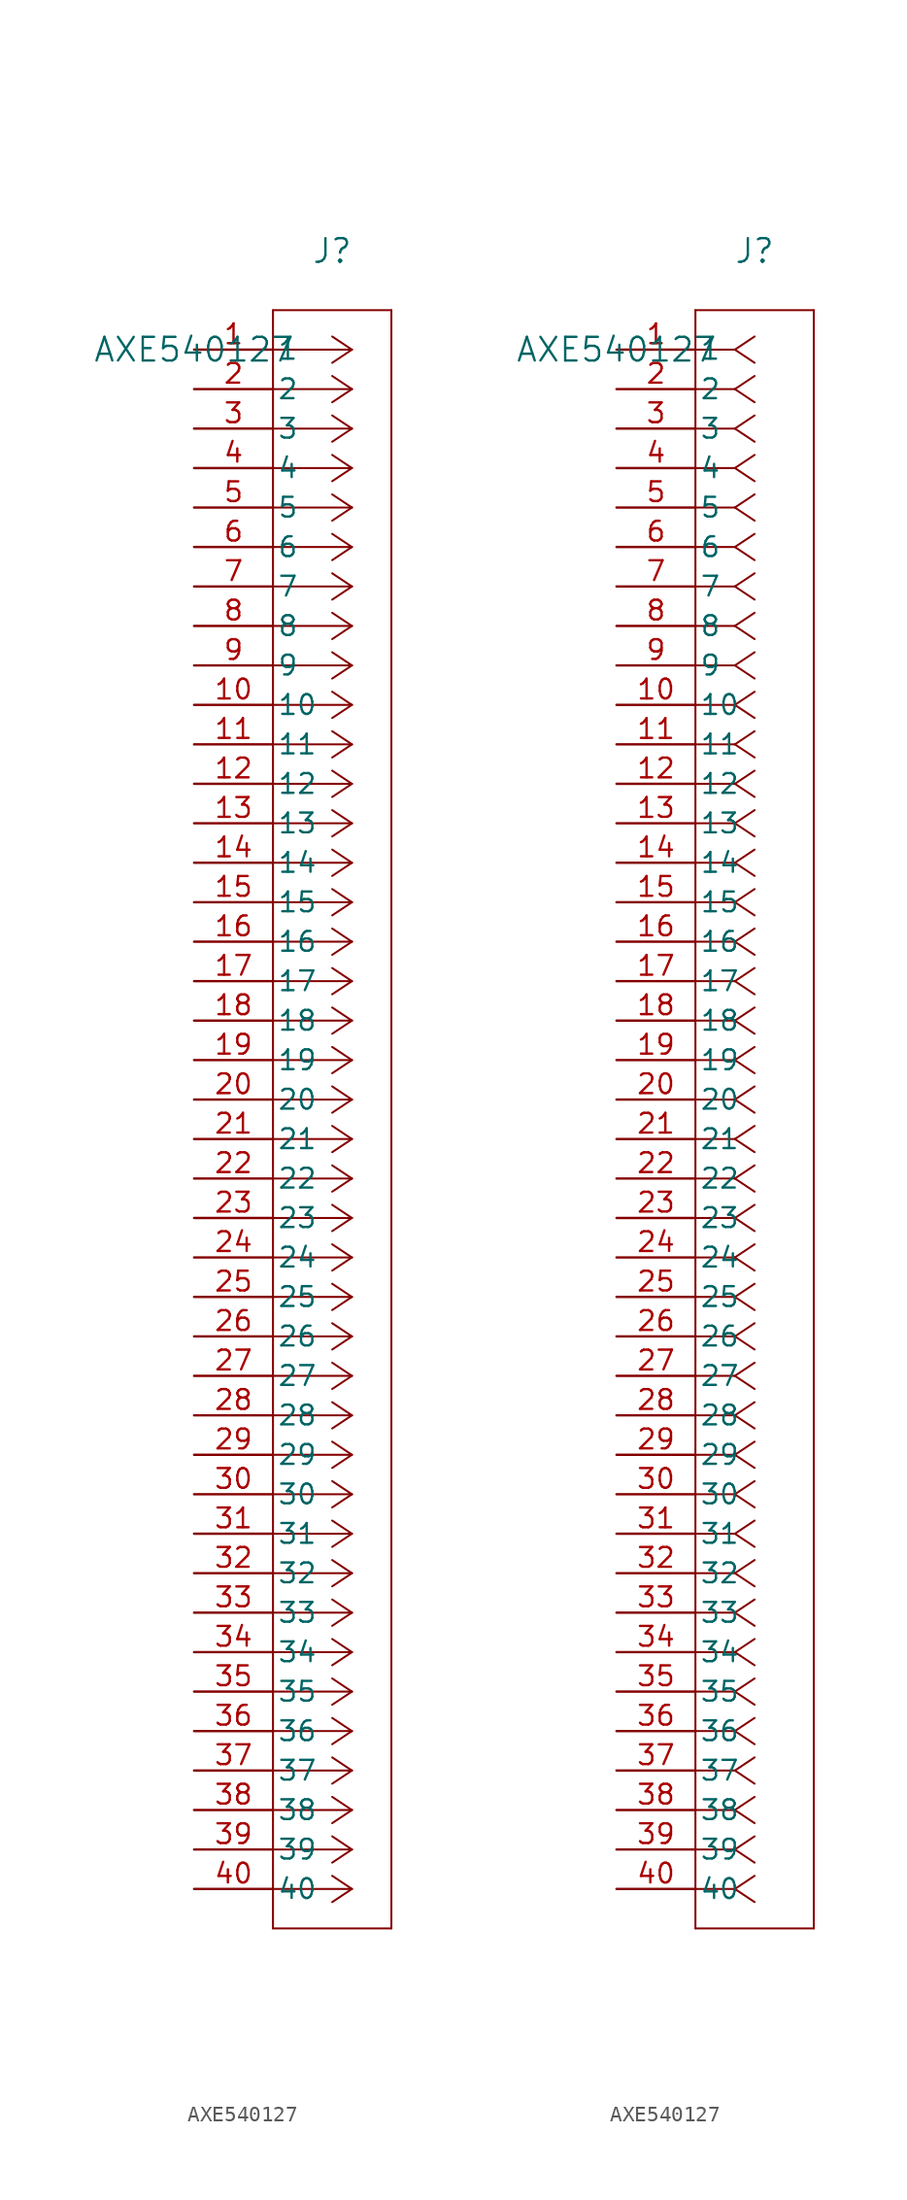
<source format=kicad_sym>
(kicad_symbol_lib
  (version 20211014)
  (generator kicad_symbol_editor)
  (symbol "AXE540127"
    (pin_names
      (offset 0.254))
    (property "Reference" "J"
      (at 8.89 6.35 0)
      (effects (font (size 1.524 1.524))))
    (property "Value" "AXE540127"
      (at 0 0 0)
      (effects (font (size 1.524 1.524))))
    (symbol "AXE540127_1_1"
      (polyline (pts (xy 10.16 0) (xy 5.08 0)) (stroke (width 0.127) (type default) (color 0 0 0 0)) (fill (type none)))
      (polyline (pts (xy 10.16 -2.54) (xy 5.08 -2.54)) (stroke (width 0.127) (type default) (color 0 0 0 0)) (fill (type none)))
      (polyline (pts (xy 10.16 -5.08) (xy 5.08 -5.08)) (stroke (width 0.127) (type default) (color 0 0 0 0)) (fill (type none)))
      (polyline (pts (xy 10.16 -7.62) (xy 5.08 -7.62)) (stroke (width 0.127) (type default) (color 0 0 0 0)) (fill (type none)))
      (polyline (pts (xy 10.16 -10.16) (xy 5.08 -10.16)) (stroke (width 0.127) (type default) (color 0 0 0 0)) (fill (type none)))
      (polyline (pts (xy 10.16 -12.7) (xy 5.08 -12.7)) (stroke (width 0.127) (type default) (color 0 0 0 0)) (fill (type none)))
      (polyline (pts (xy 10.16 -15.24) (xy 5.08 -15.24)) (stroke (width 0.127) (type default) (color 0 0 0 0)) (fill (type none)))
      (polyline (pts (xy 10.16 -17.78) (xy 5.08 -17.78)) (stroke (width 0.127) (type default) (color 0 0 0 0)) (fill (type none)))
      (polyline (pts (xy 10.16 -20.32) (xy 5.08 -20.32)) (stroke (width 0.127) (type default) (color 0 0 0 0)) (fill (type none)))
      (polyline (pts (xy 10.16 -22.86) (xy 5.08 -22.86)) (stroke (width 0.127) (type default) (color 0 0 0 0)) (fill (type none)))
      (polyline (pts (xy 10.16 -25.4) (xy 5.08 -25.4)) (stroke (width 0.127) (type default) (color 0 0 0 0)) (fill (type none)))
      (polyline (pts (xy 10.16 -27.94) (xy 5.08 -27.94)) (stroke (width 0.127) (type default) (color 0 0 0 0)) (fill (type none)))
      (polyline (pts (xy 10.16 -30.48) (xy 5.08 -30.48)) (stroke (width 0.127) (type default) (color 0 0 0 0)) (fill (type none)))
      (polyline (pts (xy 10.16 -33.02) (xy 5.08 -33.02)) (stroke (width 0.127) (type default) (color 0 0 0 0)) (fill (type none)))
      (polyline (pts (xy 10.16 -35.56) (xy 5.08 -35.56)) (stroke (width 0.127) (type default) (color 0 0 0 0)) (fill (type none)))
      (polyline (pts (xy 10.16 -38.1) (xy 5.08 -38.1)) (stroke (width 0.127) (type default) (color 0 0 0 0)) (fill (type none)))
      (polyline (pts (xy 10.16 -40.64) (xy 5.08 -40.64)) (stroke (width 0.127) (type default) (color 0 0 0 0)) (fill (type none)))
      (polyline (pts (xy 10.16 -43.18) (xy 5.08 -43.18)) (stroke (width 0.127) (type default) (color 0 0 0 0)) (fill (type none)))
      (polyline (pts (xy 10.16 -45.72) (xy 5.08 -45.72)) (stroke (width 0.127) (type default) (color 0 0 0 0)) (fill (type none)))
      (polyline (pts (xy 10.16 -48.26) (xy 5.08 -48.26)) (stroke (width 0.127) (type default) (color 0 0 0 0)) (fill (type none)))
      (polyline (pts (xy 10.16 -50.8) (xy 5.08 -50.8)) (stroke (width 0.127) (type default) (color 0 0 0 0)) (fill (type none)))
      (polyline (pts (xy 10.16 -53.34) (xy 5.08 -53.34)) (stroke (width 0.127) (type default) (color 0 0 0 0)) (fill (type none)))
      (polyline (pts (xy 10.16 -55.88) (xy 5.08 -55.88)) (stroke (width 0.127) (type default) (color 0 0 0 0)) (fill (type none)))
      (polyline (pts (xy 10.16 -58.42) (xy 5.08 -58.42)) (stroke (width 0.127) (type default) (color 0 0 0 0)) (fill (type none)))
      (polyline (pts (xy 10.16 -60.96) (xy 5.08 -60.96)) (stroke (width 0.127) (type default) (color 0 0 0 0)) (fill (type none)))
      (polyline (pts (xy 10.16 -63.5) (xy 5.08 -63.5)) (stroke (width 0.127) (type default) (color 0 0 0 0)) (fill (type none)))
      (polyline (pts (xy 10.16 -66.04) (xy 5.08 -66.04)) (stroke (width 0.127) (type default) (color 0 0 0 0)) (fill (type none)))
      (polyline (pts (xy 10.16 -68.58) (xy 5.08 -68.58)) (stroke (width 0.127) (type default) (color 0 0 0 0)) (fill (type none)))
      (polyline (pts (xy 10.16 -71.12) (xy 5.08 -71.12)) (stroke (width 0.127) (type default) (color 0 0 0 0)) (fill (type none)))
      (polyline (pts (xy 10.16 -73.66) (xy 5.08 -73.66)) (stroke (width 0.127) (type default) (color 0 0 0 0)) (fill (type none)))
      (polyline (pts (xy 10.16 -76.2) (xy 5.08 -76.2)) (stroke (width 0.127) (type default) (color 0 0 0 0)) (fill (type none)))
      (polyline (pts (xy 10.16 -78.74) (xy 5.08 -78.74)) (stroke (width 0.127) (type default) (color 0 0 0 0)) (fill (type none)))
      (polyline (pts (xy 10.16 -81.28) (xy 5.08 -81.28)) (stroke (width 0.127) (type default) (color 0 0 0 0)) (fill (type none)))
      (polyline (pts (xy 10.16 -83.82) (xy 5.08 -83.82)) (stroke (width 0.127) (type default) (color 0 0 0 0)) (fill (type none)))
      (polyline (pts (xy 10.16 -86.36) (xy 5.08 -86.36)) (stroke (width 0.127) (type default) (color 0 0 0 0)) (fill (type none)))
      (polyline (pts (xy 10.16 -88.9) (xy 5.08 -88.9)) (stroke (width 0.127) (type default) (color 0 0 0 0)) (fill (type none)))
      (polyline (pts (xy 10.16 -91.44) (xy 5.08 -91.44)) (stroke (width 0.127) (type default) (color 0 0 0 0)) (fill (type none)))
      (polyline (pts (xy 10.16 -93.98) (xy 5.08 -93.98)) (stroke (width 0.127) (type default) (color 0 0 0 0)) (fill (type none)))
      (polyline (pts (xy 10.16 -96.52) (xy 5.08 -96.52)) (stroke (width 0.127) (type default) (color 0 0 0 0)) (fill (type none)))
      (polyline (pts (xy 10.16 -99.06) (xy 5.08 -99.06)) (stroke (width 0.127) (type default) (color 0 0 0 0)) (fill (type none)))
      (polyline (pts (xy 10.16 0) (xy 8.89 0.847)) (stroke (width 0.127) (type default) (color 0 0 0 0)) (fill (type none)))
      (polyline (pts (xy 10.16 -2.54) (xy 8.89 -1.693)) (stroke (width 0.127) (type default) (color 0 0 0 0)) (fill (type none)))
      (polyline (pts (xy 10.16 -5.08) (xy 8.89 -4.233)) (stroke (width 0.127) (type default) (color 0 0 0 0)) (fill (type none)))
      (polyline (pts (xy 10.16 -7.62) (xy 8.89 -6.773)) (stroke (width 0.127) (type default) (color 0 0 0 0)) (fill (type none)))
      (polyline (pts (xy 10.16 -10.16) (xy 8.89 -9.313)) (stroke (width 0.127) (type default) (color 0 0 0 0)) (fill (type none)))
      (polyline (pts (xy 10.16 -12.7) (xy 8.89 -11.853)) (stroke (width 0.127) (type default) (color 0 0 0 0)) (fill (type none)))
      (polyline (pts (xy 10.16 -15.24) (xy 8.89 -14.393)) (stroke (width 0.127) (type default) (color 0 0 0 0)) (fill (type none)))
      (polyline (pts (xy 10.16 -17.78) (xy 8.89 -16.933)) (stroke (width 0.127) (type default) (color 0 0 0 0)) (fill (type none)))
      (polyline (pts (xy 10.16 -20.32) (xy 8.89 -19.473)) (stroke (width 0.127) (type default) (color 0 0 0 0)) (fill (type none)))
      (polyline (pts (xy 10.16 -22.86) (xy 8.89 -22.013)) (stroke (width 0.127) (type default) (color 0 0 0 0)) (fill (type none)))
      (polyline (pts (xy 10.16 -25.4) (xy 8.89 -24.553)) (stroke (width 0.127) (type default) (color 0 0 0 0)) (fill (type none)))
      (polyline (pts (xy 10.16 -27.94) (xy 8.89 -27.093)) (stroke (width 0.127) (type default) (color 0 0 0 0)) (fill (type none)))
      (polyline (pts (xy 10.16 -30.48) (xy 8.89 -29.633)) (stroke (width 0.127) (type default) (color 0 0 0 0)) (fill (type none)))
      (polyline (pts (xy 10.16 -33.02) (xy 8.89 -32.173)) (stroke (width 0.127) (type default) (color 0 0 0 0)) (fill (type none)))
      (polyline (pts (xy 10.16 -35.56) (xy 8.89 -34.713)) (stroke (width 0.127) (type default) (color 0 0 0 0)) (fill (type none)))
      (polyline (pts (xy 10.16 -38.1) (xy 8.89 -37.253)) (stroke (width 0.127) (type default) (color 0 0 0 0)) (fill (type none)))
      (polyline (pts (xy 10.16 -40.64) (xy 8.89 -39.793)) (stroke (width 0.127) (type default) (color 0 0 0 0)) (fill (type none)))
      (polyline (pts (xy 10.16 -43.18) (xy 8.89 -42.333)) (stroke (width 0.127) (type default) (color 0 0 0 0)) (fill (type none)))
      (polyline (pts (xy 10.16 -45.72) (xy 8.89 -44.873)) (stroke (width 0.127) (type default) (color 0 0 0 0)) (fill (type none)))
      (polyline (pts (xy 10.16 -48.26) (xy 8.89 -47.413)) (stroke (width 0.127) (type default) (color 0 0 0 0)) (fill (type none)))
      (polyline (pts (xy 10.16 -50.8) (xy 8.89 -49.953)) (stroke (width 0.127) (type default) (color 0 0 0 0)) (fill (type none)))
      (polyline (pts (xy 10.16 -53.34) (xy 8.89 -52.493)) (stroke (width 0.127) (type default) (color 0 0 0 0)) (fill (type none)))
      (polyline (pts (xy 10.16 -55.88) (xy 8.89 -55.033)) (stroke (width 0.127) (type default) (color 0 0 0 0)) (fill (type none)))
      (polyline (pts (xy 10.16 -58.42) (xy 8.89 -57.573)) (stroke (width 0.127) (type default) (color 0 0 0 0)) (fill (type none)))
      (polyline (pts (xy 10.16 -60.96) (xy 8.89 -60.113)) (stroke (width 0.127) (type default) (color 0 0 0 0)) (fill (type none)))
      (polyline (pts (xy 10.16 -63.5) (xy 8.89 -62.653)) (stroke (width 0.127) (type default) (color 0 0 0 0)) (fill (type none)))
      (polyline (pts (xy 10.16 -66.04) (xy 8.89 -65.193)) (stroke (width 0.127) (type default) (color 0 0 0 0)) (fill (type none)))
      (polyline (pts (xy 10.16 -68.58) (xy 8.89 -67.733)) (stroke (width 0.127) (type default) (color 0 0 0 0)) (fill (type none)))
      (polyline (pts (xy 10.16 -71.12) (xy 8.89 -70.273)) (stroke (width 0.127) (type default) (color 0 0 0 0)) (fill (type none)))
      (polyline (pts (xy 10.16 -73.66) (xy 8.89 -72.813)) (stroke (width 0.127) (type default) (color 0 0 0 0)) (fill (type none)))
      (polyline (pts (xy 10.16 -76.2) (xy 8.89 -75.353)) (stroke (width 0.127) (type default) (color 0 0 0 0)) (fill (type none)))
      (polyline (pts (xy 10.16 -78.74) (xy 8.89 -77.893)) (stroke (width 0.127) (type default) (color 0 0 0 0)) (fill (type none)))
      (polyline (pts (xy 10.16 -81.28) (xy 8.89 -80.433)) (stroke (width 0.127) (type default) (color 0 0 0 0)) (fill (type none)))
      (polyline (pts (xy 10.16 -83.82) (xy 8.89 -82.973)) (stroke (width 0.127) (type default) (color 0 0 0 0)) (fill (type none)))
      (polyline (pts (xy 10.16 -86.36) (xy 8.89 -85.513)) (stroke (width 0.127) (type default) (color 0 0 0 0)) (fill (type none)))
      (polyline (pts (xy 10.16 -88.9) (xy 8.89 -88.053)) (stroke (width 0.127) (type default) (color 0 0 0 0)) (fill (type none)))
      (polyline (pts (xy 10.16 -91.44) (xy 8.89 -90.593)) (stroke (width 0.127) (type default) (color 0 0 0 0)) (fill (type none)))
      (polyline (pts (xy 10.16 -93.98) (xy 8.89 -93.133)) (stroke (width 0.127) (type default) (color 0 0 0 0)) (fill (type none)))
      (polyline (pts (xy 10.16 -96.52) (xy 8.89 -95.673)) (stroke (width 0.127) (type default) (color 0 0 0 0)) (fill (type none)))
      (polyline (pts (xy 10.16 -99.06) (xy 8.89 -98.213)) (stroke (width 0.127) (type default) (color 0 0 0 0)) (fill (type none)))
      (polyline (pts (xy 10.16 0) (xy 8.89 -0.847)) (stroke (width 0.127) (type default) (color 0 0 0 0)) (fill (type none)))
      (polyline (pts (xy 10.16 -2.54) (xy 8.89 -3.387)) (stroke (width 0.127) (type default) (color 0 0 0 0)) (fill (type none)))
      (polyline (pts (xy 10.16 -5.08) (xy 8.89 -5.927)) (stroke (width 0.127) (type default) (color 0 0 0 0)) (fill (type none)))
      (polyline (pts (xy 10.16 -7.62) (xy 8.89 -8.467)) (stroke (width 0.127) (type default) (color 0 0 0 0)) (fill (type none)))
      (polyline (pts (xy 10.16 -10.16) (xy 8.89 -11.007)) (stroke (width 0.127) (type default) (color 0 0 0 0)) (fill (type none)))
      (polyline (pts (xy 10.16 -12.7) (xy 8.89 -13.547)) (stroke (width 0.127) (type default) (color 0 0 0 0)) (fill (type none)))
      (polyline (pts (xy 10.16 -15.24) (xy 8.89 -16.087)) (stroke (width 0.127) (type default) (color 0 0 0 0)) (fill (type none)))
      (polyline (pts (xy 10.16 -17.78) (xy 8.89 -18.627)) (stroke (width 0.127) (type default) (color 0 0 0 0)) (fill (type none)))
      (polyline (pts (xy 10.16 -20.32) (xy 8.89 -21.167)) (stroke (width 0.127) (type default) (color 0 0 0 0)) (fill (type none)))
      (polyline (pts (xy 10.16 -22.86) (xy 8.89 -23.707)) (stroke (width 0.127) (type default) (color 0 0 0 0)) (fill (type none)))
      (polyline (pts (xy 10.16 -25.4) (xy 8.89 -26.247)) (stroke (width 0.127) (type default) (color 0 0 0 0)) (fill (type none)))
      (polyline (pts (xy 10.16 -27.94) (xy 8.89 -28.787)) (stroke (width 0.127) (type default) (color 0 0 0 0)) (fill (type none)))
      (polyline (pts (xy 10.16 -30.48) (xy 8.89 -31.327)) (stroke (width 0.127) (type default) (color 0 0 0 0)) (fill (type none)))
      (polyline (pts (xy 10.16 -33.02) (xy 8.89 -33.867)) (stroke (width 0.127) (type default) (color 0 0 0 0)) (fill (type none)))
      (polyline (pts (xy 10.16 -35.56) (xy 8.89 -36.407)) (stroke (width 0.127) (type default) (color 0 0 0 0)) (fill (type none)))
      (polyline (pts (xy 10.16 -38.1) (xy 8.89 -38.947)) (stroke (width 0.127) (type default) (color 0 0 0 0)) (fill (type none)))
      (polyline (pts (xy 10.16 -40.64) (xy 8.89 -41.487)) (stroke (width 0.127) (type default) (color 0 0 0 0)) (fill (type none)))
      (polyline (pts (xy 10.16 -43.18) (xy 8.89 -44.027)) (stroke (width 0.127) (type default) (color 0 0 0 0)) (fill (type none)))
      (polyline (pts (xy 10.16 -45.72) (xy 8.89 -46.567)) (stroke (width 0.127) (type default) (color 0 0 0 0)) (fill (type none)))
      (polyline (pts (xy 10.16 -48.26) (xy 8.89 -49.107)) (stroke (width 0.127) (type default) (color 0 0 0 0)) (fill (type none)))
      (polyline (pts (xy 10.16 -50.8) (xy 8.89 -51.647)) (stroke (width 0.127) (type default) (color 0 0 0 0)) (fill (type none)))
      (polyline (pts (xy 10.16 -53.34) (xy 8.89 -54.187)) (stroke (width 0.127) (type default) (color 0 0 0 0)) (fill (type none)))
      (polyline (pts (xy 10.16 -55.88) (xy 8.89 -56.727)) (stroke (width 0.127) (type default) (color 0 0 0 0)) (fill (type none)))
      (polyline (pts (xy 10.16 -58.42) (xy 8.89 -59.267)) (stroke (width 0.127) (type default) (color 0 0 0 0)) (fill (type none)))
      (polyline (pts (xy 10.16 -60.96) (xy 8.89 -61.807)) (stroke (width 0.127) (type default) (color 0 0 0 0)) (fill (type none)))
      (polyline (pts (xy 10.16 -63.5) (xy 8.89 -64.347)) (stroke (width 0.127) (type default) (color 0 0 0 0)) (fill (type none)))
      (polyline (pts (xy 10.16 -66.04) (xy 8.89 -66.887)) (stroke (width 0.127) (type default) (color 0 0 0 0)) (fill (type none)))
      (polyline (pts (xy 10.16 -68.58) (xy 8.89 -69.427)) (stroke (width 0.127) (type default) (color 0 0 0 0)) (fill (type none)))
      (polyline (pts (xy 10.16 -71.12) (xy 8.89 -71.967)) (stroke (width 0.127) (type default) (color 0 0 0 0)) (fill (type none)))
      (polyline (pts (xy 10.16 -73.66) (xy 8.89 -74.507)) (stroke (width 0.127) (type default) (color 0 0 0 0)) (fill (type none)))
      (polyline (pts (xy 10.16 -76.2) (xy 8.89 -77.047)) (stroke (width 0.127) (type default) (color 0 0 0 0)) (fill (type none)))
      (polyline (pts (xy 10.16 -78.74) (xy 8.89 -79.587)) (stroke (width 0.127) (type default) (color 0 0 0 0)) (fill (type none)))
      (polyline (pts (xy 10.16 -81.28) (xy 8.89 -82.127)) (stroke (width 0.127) (type default) (color 0 0 0 0)) (fill (type none)))
      (polyline (pts (xy 10.16 -83.82) (xy 8.89 -84.667)) (stroke (width 0.127) (type default) (color 0 0 0 0)) (fill (type none)))
      (polyline (pts (xy 10.16 -86.36) (xy 8.89 -87.207)) (stroke (width 0.127) (type default) (color 0 0 0 0)) (fill (type none)))
      (polyline (pts (xy 10.16 -88.9) (xy 8.89 -89.747)) (stroke (width 0.127) (type default) (color 0 0 0 0)) (fill (type none)))
      (polyline (pts (xy 10.16 -91.44) (xy 8.89 -92.287)) (stroke (width 0.127) (type default) (color 0 0 0 0)) (fill (type none)))
      (polyline (pts (xy 10.16 -93.98) (xy 8.89 -94.827)) (stroke (width 0.127) (type default) (color 0 0 0 0)) (fill (type none)))
      (polyline (pts (xy 10.16 -96.52) (xy 8.89 -97.367)) (stroke (width 0.127) (type default) (color 0 0 0 0)) (fill (type none)))
      (polyline (pts (xy 10.16 -99.06) (xy 8.89 -99.907)) (stroke (width 0.127) (type default) (color 0 0 0 0)) (fill (type none)))
      (polyline (pts (xy 5.08 2.54) (xy 5.08 -101.6)) (stroke (width 0.127) (type default) (color 0 0 0 0)) (fill (type none)))
      (polyline (pts (xy 5.08 -101.6) (xy 12.7 -101.6)) (stroke (width 0.127) (type default) (color 0 0 0 0)) (fill (type none)))
      (polyline (pts (xy 12.7 -101.6) (xy 12.7 2.54)) (stroke (width 0.127) (type default) (color 0 0 0 0)) (fill (type none)))
      (polyline (pts (xy 12.7 2.54) (xy 5.08 2.54)) (stroke (width 0.127) (type default) (color 0 0 0 0)) (fill (type none)))
      (pin unspecified line (at 0 0 0) (length 5.08) (name "1" (effects (font (size 1.27 1.27)))) (number "1" (effects (font (size 1.27 1.27)))))
      (pin unspecified line (at 0 -2.54 0) (length 5.08) (name "2" (effects (font (size 1.27 1.27)))) (number "2" (effects (font (size 1.27 1.27)))))
      (pin unspecified line (at 0 -5.08 0) (length 5.08) (name "3" (effects (font (size 1.27 1.27)))) (number "3" (effects (font (size 1.27 1.27)))))
      (pin unspecified line (at 0 -7.62 0) (length 5.08) (name "4" (effects (font (size 1.27 1.27)))) (number "4" (effects (font (size 1.27 1.27)))))
      (pin unspecified line (at 0 -10.16 0) (length 5.08) (name "5" (effects (font (size 1.27 1.27)))) (number "5" (effects (font (size 1.27 1.27)))))
      (pin unspecified line (at 0 -12.7 0) (length 5.08) (name "6" (effects (font (size 1.27 1.27)))) (number "6" (effects (font (size 1.27 1.27)))))
      (pin unspecified line (at 0 -15.24 0) (length 5.08) (name "7" (effects (font (size 1.27 1.27)))) (number "7" (effects (font (size 1.27 1.27)))))
      (pin unspecified line (at 0 -17.78 0) (length 5.08) (name "8" (effects (font (size 1.27 1.27)))) (number "8" (effects (font (size 1.27 1.27)))))
      (pin unspecified line (at 0 -20.32 0) (length 5.08) (name "9" (effects (font (size 1.27 1.27)))) (number "9" (effects (font (size 1.27 1.27)))))
      (pin unspecified line (at 0 -22.86 0) (length 5.08) (name "10" (effects (font (size 1.27 1.27)))) (number "10" (effects (font (size 1.27 1.27)))))
      (pin unspecified line (at 0 -25.4 0) (length 5.08) (name "11" (effects (font (size 1.27 1.27)))) (number "11" (effects (font (size 1.27 1.27)))))
      (pin unspecified line (at 0 -27.94 0) (length 5.08) (name "12" (effects (font (size 1.27 1.27)))) (number "12" (effects (font (size 1.27 1.27)))))
      (pin unspecified line (at 0 -30.48 0) (length 5.08) (name "13" (effects (font (size 1.27 1.27)))) (number "13" (effects (font (size 1.27 1.27)))))
      (pin unspecified line (at 0 -33.02 0) (length 5.08) (name "14" (effects (font (size 1.27 1.27)))) (number "14" (effects (font (size 1.27 1.27)))))
      (pin unspecified line (at 0 -35.56 0) (length 5.08) (name "15" (effects (font (size 1.27 1.27)))) (number "15" (effects (font (size 1.27 1.27)))))
      (pin unspecified line (at 0 -38.1 0) (length 5.08) (name "16" (effects (font (size 1.27 1.27)))) (number "16" (effects (font (size 1.27 1.27)))))
      (pin unspecified line (at 0 -40.64 0) (length 5.08) (name "17" (effects (font (size 1.27 1.27)))) (number "17" (effects (font (size 1.27 1.27)))))
      (pin unspecified line (at 0 -43.18 0) (length 5.08) (name "18" (effects (font (size 1.27 1.27)))) (number "18" (effects (font (size 1.27 1.27)))))
      (pin unspecified line (at 0 -45.72 0) (length 5.08) (name "19" (effects (font (size 1.27 1.27)))) (number "19" (effects (font (size 1.27 1.27)))))
      (pin unspecified line (at 0 -48.26 0) (length 5.08) (name "20" (effects (font (size 1.27 1.27)))) (number "20" (effects (font (size 1.27 1.27)))))
      (pin unspecified line (at 0 -50.8 0) (length 5.08) (name "21" (effects (font (size 1.27 1.27)))) (number "21" (effects (font (size 1.27 1.27)))))
      (pin unspecified line (at 0 -53.34 0) (length 5.08) (name "22" (effects (font (size 1.27 1.27)))) (number "22" (effects (font (size 1.27 1.27)))))
      (pin unspecified line (at 0 -55.88 0) (length 5.08) (name "23" (effects (font (size 1.27 1.27)))) (number "23" (effects (font (size 1.27 1.27)))))
      (pin unspecified line (at 0 -58.42 0) (length 5.08) (name "24" (effects (font (size 1.27 1.27)))) (number "24" (effects (font (size 1.27 1.27)))))
      (pin unspecified line (at 0 -60.96 0) (length 5.08) (name "25" (effects (font (size 1.27 1.27)))) (number "25" (effects (font (size 1.27 1.27)))))
      (pin unspecified line (at 0 -63.5 0) (length 5.08) (name "26" (effects (font (size 1.27 1.27)))) (number "26" (effects (font (size 1.27 1.27)))))
      (pin unspecified line (at 0 -66.04 0) (length 5.08) (name "27" (effects (font (size 1.27 1.27)))) (number "27" (effects (font (size 1.27 1.27)))))
      (pin unspecified line (at 0 -68.58 0) (length 5.08) (name "28" (effects (font (size 1.27 1.27)))) (number "28" (effects (font (size 1.27 1.27)))))
      (pin unspecified line (at 0 -71.12 0) (length 5.08) (name "29" (effects (font (size 1.27 1.27)))) (number "29" (effects (font (size 1.27 1.27)))))
      (pin unspecified line (at 0 -73.66 0) (length 5.08) (name "30" (effects (font (size 1.27 1.27)))) (number "30" (effects (font (size 1.27 1.27)))))
      (pin unspecified line (at 0 -76.2 0) (length 5.08) (name "31" (effects (font (size 1.27 1.27)))) (number "31" (effects (font (size 1.27 1.27)))))
      (pin unspecified line (at 0 -78.74 0) (length 5.08) (name "32" (effects (font (size 1.27 1.27)))) (number "32" (effects (font (size 1.27 1.27)))))
      (pin unspecified line (at 0 -81.28 0) (length 5.08) (name "33" (effects (font (size 1.27 1.27)))) (number "33" (effects (font (size 1.27 1.27)))))
      (pin unspecified line (at 0 -83.82 0) (length 5.08) (name "34" (effects (font (size 1.27 1.27)))) (number "34" (effects (font (size 1.27 1.27)))))
      (pin unspecified line (at 0 -86.36 0) (length 5.08) (name "35" (effects (font (size 1.27 1.27)))) (number "35" (effects (font (size 1.27 1.27)))))
      (pin unspecified line (at 0 -88.9 0) (length 5.08) (name "36" (effects (font (size 1.27 1.27)))) (number "36" (effects (font (size 1.27 1.27)))))
      (pin unspecified line (at 0 -91.44 0) (length 5.08) (name "37" (effects (font (size 1.27 1.27)))) (number "37" (effects (font (size 1.27 1.27)))))
      (pin unspecified line (at 0 -93.98 0) (length 5.08) (name "38" (effects (font (size 1.27 1.27)))) (number "38" (effects (font (size 1.27 1.27)))))
      (pin unspecified line (at 0 -96.52 0) (length 5.08) (name "39" (effects (font (size 1.27 1.27)))) (number "39" (effects (font (size 1.27 1.27)))))
      (pin unspecified line (at 0 -99.06 0) (length 5.08) (name "40" (effects (font (size 1.27 1.27)))) (number "40" (effects (font (size 1.27 1.27))))))
    (symbol "AXE540127_1_2"
      (polyline (pts (xy 7.62 0) (xy 5.08 0)) (stroke (width 0.127) (type default) (color 0 0 0 0)) (fill (type none)))
      (polyline (pts (xy 7.62 -2.54) (xy 5.08 -2.54)) (stroke (width 0.127) (type default) (color 0 0 0 0)) (fill (type none)))
      (polyline (pts (xy 7.62 -5.08) (xy 5.08 -5.08)) (stroke (width 0.127) (type default) (color 0 0 0 0)) (fill (type none)))
      (polyline (pts (xy 7.62 -7.62) (xy 5.08 -7.62)) (stroke (width 0.127) (type default) (color 0 0 0 0)) (fill (type none)))
      (polyline (pts (xy 7.62 -10.16) (xy 5.08 -10.16)) (stroke (width 0.127) (type default) (color 0 0 0 0)) (fill (type none)))
      (polyline (pts (xy 7.62 -12.7) (xy 5.08 -12.7)) (stroke (width 0.127) (type default) (color 0 0 0 0)) (fill (type none)))
      (polyline (pts (xy 7.62 -15.24) (xy 5.08 -15.24)) (stroke (width 0.127) (type default) (color 0 0 0 0)) (fill (type none)))
      (polyline (pts (xy 7.62 -17.78) (xy 5.08 -17.78)) (stroke (width 0.127) (type default) (color 0 0 0 0)) (fill (type none)))
      (polyline (pts (xy 7.62 -20.32) (xy 5.08 -20.32)) (stroke (width 0.127) (type default) (color 0 0 0 0)) (fill (type none)))
      (polyline (pts (xy 7.62 -22.86) (xy 5.08 -22.86)) (stroke (width 0.127) (type default) (color 0 0 0 0)) (fill (type none)))
      (polyline (pts (xy 7.62 -25.4) (xy 5.08 -25.4)) (stroke (width 0.127) (type default) (color 0 0 0 0)) (fill (type none)))
      (polyline (pts (xy 7.62 -27.94) (xy 5.08 -27.94)) (stroke (width 0.127) (type default) (color 0 0 0 0)) (fill (type none)))
      (polyline (pts (xy 7.62 -30.48) (xy 5.08 -30.48)) (stroke (width 0.127) (type default) (color 0 0 0 0)) (fill (type none)))
      (polyline (pts (xy 7.62 -33.02) (xy 5.08 -33.02)) (stroke (width 0.127) (type default) (color 0 0 0 0)) (fill (type none)))
      (polyline (pts (xy 7.62 -35.56) (xy 5.08 -35.56)) (stroke (width 0.127) (type default) (color 0 0 0 0)) (fill (type none)))
      (polyline (pts (xy 7.62 -38.1) (xy 5.08 -38.1)) (stroke (width 0.127) (type default) (color 0 0 0 0)) (fill (type none)))
      (polyline (pts (xy 7.62 -40.64) (xy 5.08 -40.64)) (stroke (width 0.127) (type default) (color 0 0 0 0)) (fill (type none)))
      (polyline (pts (xy 7.62 -43.18) (xy 5.08 -43.18)) (stroke (width 0.127) (type default) (color 0 0 0 0)) (fill (type none)))
      (polyline (pts (xy 7.62 -45.72) (xy 5.08 -45.72)) (stroke (width 0.127) (type default) (color 0 0 0 0)) (fill (type none)))
      (polyline (pts (xy 7.62 -48.26) (xy 5.08 -48.26)) (stroke (width 0.127) (type default) (color 0 0 0 0)) (fill (type none)))
      (polyline (pts (xy 7.62 -50.8) (xy 5.08 -50.8)) (stroke (width 0.127) (type default) (color 0 0 0 0)) (fill (type none)))
      (polyline (pts (xy 7.62 -53.34) (xy 5.08 -53.34)) (stroke (width 0.127) (type default) (color 0 0 0 0)) (fill (type none)))
      (polyline (pts (xy 7.62 -55.88) (xy 5.08 -55.88)) (stroke (width 0.127) (type default) (color 0 0 0 0)) (fill (type none)))
      (polyline (pts (xy 7.62 -58.42) (xy 5.08 -58.42)) (stroke (width 0.127) (type default) (color 0 0 0 0)) (fill (type none)))
      (polyline (pts (xy 7.62 -60.96) (xy 5.08 -60.96)) (stroke (width 0.127) (type default) (color 0 0 0 0)) (fill (type none)))
      (polyline (pts (xy 7.62 -63.5) (xy 5.08 -63.5)) (stroke (width 0.127) (type default) (color 0 0 0 0)) (fill (type none)))
      (polyline (pts (xy 7.62 -66.04) (xy 5.08 -66.04)) (stroke (width 0.127) (type default) (color 0 0 0 0)) (fill (type none)))
      (polyline (pts (xy 7.62 -68.58) (xy 5.08 -68.58)) (stroke (width 0.127) (type default) (color 0 0 0 0)) (fill (type none)))
      (polyline (pts (xy 7.62 -71.12) (xy 5.08 -71.12)) (stroke (width 0.127) (type default) (color 0 0 0 0)) (fill (type none)))
      (polyline (pts (xy 7.62 -73.66) (xy 5.08 -73.66)) (stroke (width 0.127) (type default) (color 0 0 0 0)) (fill (type none)))
      (polyline (pts (xy 7.62 -76.2) (xy 5.08 -76.2)) (stroke (width 0.127) (type default) (color 0 0 0 0)) (fill (type none)))
      (polyline (pts (xy 7.62 -78.74) (xy 5.08 -78.74)) (stroke (width 0.127) (type default) (color 0 0 0 0)) (fill (type none)))
      (polyline (pts (xy 7.62 -81.28) (xy 5.08 -81.28)) (stroke (width 0.127) (type default) (color 0 0 0 0)) (fill (type none)))
      (polyline (pts (xy 7.62 -83.82) (xy 5.08 -83.82)) (stroke (width 0.127) (type default) (color 0 0 0 0)) (fill (type none)))
      (polyline (pts (xy 7.62 -86.36) (xy 5.08 -86.36)) (stroke (width 0.127) (type default) (color 0 0 0 0)) (fill (type none)))
      (polyline (pts (xy 7.62 -88.9) (xy 5.08 -88.9)) (stroke (width 0.127) (type default) (color 0 0 0 0)) (fill (type none)))
      (polyline (pts (xy 7.62 -91.44) (xy 5.08 -91.44)) (stroke (width 0.127) (type default) (color 0 0 0 0)) (fill (type none)))
      (polyline (pts (xy 7.62 -93.98) (xy 5.08 -93.98)) (stroke (width 0.127) (type default) (color 0 0 0 0)) (fill (type none)))
      (polyline (pts (xy 7.62 -96.52) (xy 5.08 -96.52)) (stroke (width 0.127) (type default) (color 0 0 0 0)) (fill (type none)))
      (polyline (pts (xy 7.62 -99.06) (xy 5.08 -99.06)) (stroke (width 0.127) (type default) (color 0 0 0 0)) (fill (type none)))
      (polyline (pts (xy 7.62 0) (xy 8.89 0.847)) (stroke (width 0.127) (type default) (color 0 0 0 0)) (fill (type none)))
      (polyline (pts (xy 7.62 -2.54) (xy 8.89 -1.693)) (stroke (width 0.127) (type default) (color 0 0 0 0)) (fill (type none)))
      (polyline (pts (xy 7.62 -5.08) (xy 8.89 -4.233)) (stroke (width 0.127) (type default) (color 0 0 0 0)) (fill (type none)))
      (polyline (pts (xy 7.62 -7.62) (xy 8.89 -6.773)) (stroke (width 0.127) (type default) (color 0 0 0 0)) (fill (type none)))
      (polyline (pts (xy 7.62 -10.16) (xy 8.89 -9.313)) (stroke (width 0.127) (type default) (color 0 0 0 0)) (fill (type none)))
      (polyline (pts (xy 7.62 -12.7) (xy 8.89 -11.853)) (stroke (width 0.127) (type default) (color 0 0 0 0)) (fill (type none)))
      (polyline (pts (xy 7.62 -15.24) (xy 8.89 -14.393)) (stroke (width 0.127) (type default) (color 0 0 0 0)) (fill (type none)))
      (polyline (pts (xy 7.62 -17.78) (xy 8.89 -16.933)) (stroke (width 0.127) (type default) (color 0 0 0 0)) (fill (type none)))
      (polyline (pts (xy 7.62 -20.32) (xy 8.89 -19.473)) (stroke (width 0.127) (type default) (color 0 0 0 0)) (fill (type none)))
      (polyline (pts (xy 7.62 -22.86) (xy 8.89 -22.013)) (stroke (width 0.127) (type default) (color 0 0 0 0)) (fill (type none)))
      (polyline (pts (xy 7.62 -25.4) (xy 8.89 -24.553)) (stroke (width 0.127) (type default) (color 0 0 0 0)) (fill (type none)))
      (polyline (pts (xy 7.62 -27.94) (xy 8.89 -27.093)) (stroke (width 0.127) (type default) (color 0 0 0 0)) (fill (type none)))
      (polyline (pts (xy 7.62 -30.48) (xy 8.89 -29.633)) (stroke (width 0.127) (type default) (color 0 0 0 0)) (fill (type none)))
      (polyline (pts (xy 7.62 -33.02) (xy 8.89 -32.173)) (stroke (width 0.127) (type default) (color 0 0 0 0)) (fill (type none)))
      (polyline (pts (xy 7.62 -35.56) (xy 8.89 -34.713)) (stroke (width 0.127) (type default) (color 0 0 0 0)) (fill (type none)))
      (polyline (pts (xy 7.62 -38.1) (xy 8.89 -37.253)) (stroke (width 0.127) (type default) (color 0 0 0 0)) (fill (type none)))
      (polyline (pts (xy 7.62 -40.64) (xy 8.89 -39.793)) (stroke (width 0.127) (type default) (color 0 0 0 0)) (fill (type none)))
      (polyline (pts (xy 7.62 -43.18) (xy 8.89 -42.333)) (stroke (width 0.127) (type default) (color 0 0 0 0)) (fill (type none)))
      (polyline (pts (xy 7.62 -45.72) (xy 8.89 -44.873)) (stroke (width 0.127) (type default) (color 0 0 0 0)) (fill (type none)))
      (polyline (pts (xy 7.62 -48.26) (xy 8.89 -47.413)) (stroke (width 0.127) (type default) (color 0 0 0 0)) (fill (type none)))
      (polyline (pts (xy 7.62 -50.8) (xy 8.89 -49.953)) (stroke (width 0.127) (type default) (color 0 0 0 0)) (fill (type none)))
      (polyline (pts (xy 7.62 -53.34) (xy 8.89 -52.493)) (stroke (width 0.127) (type default) (color 0 0 0 0)) (fill (type none)))
      (polyline (pts (xy 7.62 -55.88) (xy 8.89 -55.033)) (stroke (width 0.127) (type default) (color 0 0 0 0)) (fill (type none)))
      (polyline (pts (xy 7.62 -58.42) (xy 8.89 -57.573)) (stroke (width 0.127) (type default) (color 0 0 0 0)) (fill (type none)))
      (polyline (pts (xy 7.62 -60.96) (xy 8.89 -60.113)) (stroke (width 0.127) (type default) (color 0 0 0 0)) (fill (type none)))
      (polyline (pts (xy 7.62 -63.5) (xy 8.89 -62.653)) (stroke (width 0.127) (type default) (color 0 0 0 0)) (fill (type none)))
      (polyline (pts (xy 7.62 -66.04) (xy 8.89 -65.193)) (stroke (width 0.127) (type default) (color 0 0 0 0)) (fill (type none)))
      (polyline (pts (xy 7.62 -68.58) (xy 8.89 -67.733)) (stroke (width 0.127) (type default) (color 0 0 0 0)) (fill (type none)))
      (polyline (pts (xy 7.62 -71.12) (xy 8.89 -70.273)) (stroke (width 0.127) (type default) (color 0 0 0 0)) (fill (type none)))
      (polyline (pts (xy 7.62 -73.66) (xy 8.89 -72.813)) (stroke (width 0.127) (type default) (color 0 0 0 0)) (fill (type none)))
      (polyline (pts (xy 7.62 -76.2) (xy 8.89 -75.353)) (stroke (width 0.127) (type default) (color 0 0 0 0)) (fill (type none)))
      (polyline (pts (xy 7.62 -78.74) (xy 8.89 -77.893)) (stroke (width 0.127) (type default) (color 0 0 0 0)) (fill (type none)))
      (polyline (pts (xy 7.62 -81.28) (xy 8.89 -80.433)) (stroke (width 0.127) (type default) (color 0 0 0 0)) (fill (type none)))
      (polyline (pts (xy 7.62 -83.82) (xy 8.89 -82.973)) (stroke (width 0.127) (type default) (color 0 0 0 0)) (fill (type none)))
      (polyline (pts (xy 7.62 -86.36) (xy 8.89 -85.513)) (stroke (width 0.127) (type default) (color 0 0 0 0)) (fill (type none)))
      (polyline (pts (xy 7.62 -88.9) (xy 8.89 -88.053)) (stroke (width 0.127) (type default) (color 0 0 0 0)) (fill (type none)))
      (polyline (pts (xy 7.62 -91.44) (xy 8.89 -90.593)) (stroke (width 0.127) (type default) (color 0 0 0 0)) (fill (type none)))
      (polyline (pts (xy 7.62 -93.98) (xy 8.89 -93.133)) (stroke (width 0.127) (type default) (color 0 0 0 0)) (fill (type none)))
      (polyline (pts (xy 7.62 -96.52) (xy 8.89 -95.673)) (stroke (width 0.127) (type default) (color 0 0 0 0)) (fill (type none)))
      (polyline (pts (xy 7.62 -99.06) (xy 8.89 -98.213)) (stroke (width 0.127) (type default) (color 0 0 0 0)) (fill (type none)))
      (polyline (pts (xy 7.62 0) (xy 8.89 -0.847)) (stroke (width 0.127) (type default) (color 0 0 0 0)) (fill (type none)))
      (polyline (pts (xy 7.62 -2.54) (xy 8.89 -3.387)) (stroke (width 0.127) (type default) (color 0 0 0 0)) (fill (type none)))
      (polyline (pts (xy 7.62 -5.08) (xy 8.89 -5.927)) (stroke (width 0.127) (type default) (color 0 0 0 0)) (fill (type none)))
      (polyline (pts (xy 7.62 -7.62) (xy 8.89 -8.467)) (stroke (width 0.127) (type default) (color 0 0 0 0)) (fill (type none)))
      (polyline (pts (xy 7.62 -10.16) (xy 8.89 -11.007)) (stroke (width 0.127) (type default) (color 0 0 0 0)) (fill (type none)))
      (polyline (pts (xy 7.62 -12.7) (xy 8.89 -13.547)) (stroke (width 0.127) (type default) (color 0 0 0 0)) (fill (type none)))
      (polyline (pts (xy 7.62 -15.24) (xy 8.89 -16.087)) (stroke (width 0.127) (type default) (color 0 0 0 0)) (fill (type none)))
      (polyline (pts (xy 7.62 -17.78) (xy 8.89 -18.627)) (stroke (width 0.127) (type default) (color 0 0 0 0)) (fill (type none)))
      (polyline (pts (xy 7.62 -20.32) (xy 8.89 -21.167)) (stroke (width 0.127) (type default) (color 0 0 0 0)) (fill (type none)))
      (polyline (pts (xy 7.62 -22.86) (xy 8.89 -23.707)) (stroke (width 0.127) (type default) (color 0 0 0 0)) (fill (type none)))
      (polyline (pts (xy 7.62 -25.4) (xy 8.89 -26.247)) (stroke (width 0.127) (type default) (color 0 0 0 0)) (fill (type none)))
      (polyline (pts (xy 7.62 -27.94) (xy 8.89 -28.787)) (stroke (width 0.127) (type default) (color 0 0 0 0)) (fill (type none)))
      (polyline (pts (xy 7.62 -30.48) (xy 8.89 -31.327)) (stroke (width 0.127) (type default) (color 0 0 0 0)) (fill (type none)))
      (polyline (pts (xy 7.62 -33.02) (xy 8.89 -33.867)) (stroke (width 0.127) (type default) (color 0 0 0 0)) (fill (type none)))
      (polyline (pts (xy 7.62 -35.56) (xy 8.89 -36.407)) (stroke (width 0.127) (type default) (color 0 0 0 0)) (fill (type none)))
      (polyline (pts (xy 7.62 -38.1) (xy 8.89 -38.947)) (stroke (width 0.127) (type default) (color 0 0 0 0)) (fill (type none)))
      (polyline (pts (xy 7.62 -40.64) (xy 8.89 -41.487)) (stroke (width 0.127) (type default) (color 0 0 0 0)) (fill (type none)))
      (polyline (pts (xy 7.62 -43.18) (xy 8.89 -44.027)) (stroke (width 0.127) (type default) (color 0 0 0 0)) (fill (type none)))
      (polyline (pts (xy 7.62 -45.72) (xy 8.89 -46.567)) (stroke (width 0.127) (type default) (color 0 0 0 0)) (fill (type none)))
      (polyline (pts (xy 7.62 -48.26) (xy 8.89 -49.107)) (stroke (width 0.127) (type default) (color 0 0 0 0)) (fill (type none)))
      (polyline (pts (xy 7.62 -50.8) (xy 8.89 -51.647)) (stroke (width 0.127) (type default) (color 0 0 0 0)) (fill (type none)))
      (polyline (pts (xy 7.62 -53.34) (xy 8.89 -54.187)) (stroke (width 0.127) (type default) (color 0 0 0 0)) (fill (type none)))
      (polyline (pts (xy 7.62 -55.88) (xy 8.89 -56.727)) (stroke (width 0.127) (type default) (color 0 0 0 0)) (fill (type none)))
      (polyline (pts (xy 7.62 -58.42) (xy 8.89 -59.267)) (stroke (width 0.127) (type default) (color 0 0 0 0)) (fill (type none)))
      (polyline (pts (xy 7.62 -60.96) (xy 8.89 -61.807)) (stroke (width 0.127) (type default) (color 0 0 0 0)) (fill (type none)))
      (polyline (pts (xy 7.62 -63.5) (xy 8.89 -64.347)) (stroke (width 0.127) (type default) (color 0 0 0 0)) (fill (type none)))
      (polyline (pts (xy 7.62 -66.04) (xy 8.89 -66.887)) (stroke (width 0.127) (type default) (color 0 0 0 0)) (fill (type none)))
      (polyline (pts (xy 7.62 -68.58) (xy 8.89 -69.427)) (stroke (width 0.127) (type default) (color 0 0 0 0)) (fill (type none)))
      (polyline (pts (xy 7.62 -71.12) (xy 8.89 -71.967)) (stroke (width 0.127) (type default) (color 0 0 0 0)) (fill (type none)))
      (polyline (pts (xy 7.62 -73.66) (xy 8.89 -74.507)) (stroke (width 0.127) (type default) (color 0 0 0 0)) (fill (type none)))
      (polyline (pts (xy 7.62 -76.2) (xy 8.89 -77.047)) (stroke (width 0.127) (type default) (color 0 0 0 0)) (fill (type none)))
      (polyline (pts (xy 7.62 -78.74) (xy 8.89 -79.587)) (stroke (width 0.127) (type default) (color 0 0 0 0)) (fill (type none)))
      (polyline (pts (xy 7.62 -81.28) (xy 8.89 -82.127)) (stroke (width 0.127) (type default) (color 0 0 0 0)) (fill (type none)))
      (polyline (pts (xy 7.62 -83.82) (xy 8.89 -84.667)) (stroke (width 0.127) (type default) (color 0 0 0 0)) (fill (type none)))
      (polyline (pts (xy 7.62 -86.36) (xy 8.89 -87.207)) (stroke (width 0.127) (type default) (color 0 0 0 0)) (fill (type none)))
      (polyline (pts (xy 7.62 -88.9) (xy 8.89 -89.747)) (stroke (width 0.127) (type default) (color 0 0 0 0)) (fill (type none)))
      (polyline (pts (xy 7.62 -91.44) (xy 8.89 -92.287)) (stroke (width 0.127) (type default) (color 0 0 0 0)) (fill (type none)))
      (polyline (pts (xy 7.62 -93.98) (xy 8.89 -94.827)) (stroke (width 0.127) (type default) (color 0 0 0 0)) (fill (type none)))
      (polyline (pts (xy 7.62 -96.52) (xy 8.89 -97.367)) (stroke (width 0.127) (type default) (color 0 0 0 0)) (fill (type none)))
      (polyline (pts (xy 7.62 -99.06) (xy 8.89 -99.907)) (stroke (width 0.127) (type default) (color 0 0 0 0)) (fill (type none)))
      (polyline (pts (xy 5.08 2.54) (xy 5.08 -101.6)) (stroke (width 0.127) (type default) (color 0 0 0 0)) (fill (type none)))
      (polyline (pts (xy 5.08 -101.6) (xy 12.7 -101.6)) (stroke (width 0.127) (type default) (color 0 0 0 0)) (fill (type none)))
      (polyline (pts (xy 12.7 -101.6) (xy 12.7 2.54)) (stroke (width 0.127) (type default) (color 0 0 0 0)) (fill (type none)))
      (polyline (pts (xy 12.7 2.54) (xy 5.08 2.54)) (stroke (width 0.127) (type default) (color 0 0 0 0)) (fill (type none)))
      (pin unspecified line (at 0 0 0) (length 5.08) (name "1" (effects (font (size 1.27 1.27)))) (number "1" (effects (font (size 1.27 1.27)))))
      (pin unspecified line (at 0 -2.54 0) (length 5.08) (name "2" (effects (font (size 1.27 1.27)))) (number "2" (effects (font (size 1.27 1.27)))))
      (pin unspecified line (at 0 -5.08 0) (length 5.08) (name "3" (effects (font (size 1.27 1.27)))) (number "3" (effects (font (size 1.27 1.27)))))
      (pin unspecified line (at 0 -7.62 0) (length 5.08) (name "4" (effects (font (size 1.27 1.27)))) (number "4" (effects (font (size 1.27 1.27)))))
      (pin unspecified line (at 0 -10.16 0) (length 5.08) (name "5" (effects (font (size 1.27 1.27)))) (number "5" (effects (font (size 1.27 1.27)))))
      (pin unspecified line (at 0 -12.7 0) (length 5.08) (name "6" (effects (font (size 1.27 1.27)))) (number "6" (effects (font (size 1.27 1.27)))))
      (pin unspecified line (at 0 -15.24 0) (length 5.08) (name "7" (effects (font (size 1.27 1.27)))) (number "7" (effects (font (size 1.27 1.27)))))
      (pin unspecified line (at 0 -17.78 0) (length 5.08) (name "8" (effects (font (size 1.27 1.27)))) (number "8" (effects (font (size 1.27 1.27)))))
      (pin unspecified line (at 0 -20.32 0) (length 5.08) (name "9" (effects (font (size 1.27 1.27)))) (number "9" (effects (font (size 1.27 1.27)))))
      (pin unspecified line (at 0 -22.86 0) (length 5.08) (name "10" (effects (font (size 1.27 1.27)))) (number "10" (effects (font (size 1.27 1.27)))))
      (pin unspecified line (at 0 -25.4 0) (length 5.08) (name "11" (effects (font (size 1.27 1.27)))) (number "11" (effects (font (size 1.27 1.27)))))
      (pin unspecified line (at 0 -27.94 0) (length 5.08) (name "12" (effects (font (size 1.27 1.27)))) (number "12" (effects (font (size 1.27 1.27)))))
      (pin unspecified line (at 0 -30.48 0) (length 5.08) (name "13" (effects (font (size 1.27 1.27)))) (number "13" (effects (font (size 1.27 1.27)))))
      (pin unspecified line (at 0 -33.02 0) (length 5.08) (name "14" (effects (font (size 1.27 1.27)))) (number "14" (effects (font (size 1.27 1.27)))))
      (pin unspecified line (at 0 -35.56 0) (length 5.08) (name "15" (effects (font (size 1.27 1.27)))) (number "15" (effects (font (size 1.27 1.27)))))
      (pin unspecified line (at 0 -38.1 0) (length 5.08) (name "16" (effects (font (size 1.27 1.27)))) (number "16" (effects (font (size 1.27 1.27)))))
      (pin unspecified line (at 0 -40.64 0) (length 5.08) (name "17" (effects (font (size 1.27 1.27)))) (number "17" (effects (font (size 1.27 1.27)))))
      (pin unspecified line (at 0 -43.18 0) (length 5.08) (name "18" (effects (font (size 1.27 1.27)))) (number "18" (effects (font (size 1.27 1.27)))))
      (pin unspecified line (at 0 -45.72 0) (length 5.08) (name "19" (effects (font (size 1.27 1.27)))) (number "19" (effects (font (size 1.27 1.27)))))
      (pin unspecified line (at 0 -48.26 0) (length 5.08) (name "20" (effects (font (size 1.27 1.27)))) (number "20" (effects (font (size 1.27 1.27)))))
      (pin unspecified line (at 0 -50.8 0) (length 5.08) (name "21" (effects (font (size 1.27 1.27)))) (number "21" (effects (font (size 1.27 1.27)))))
      (pin unspecified line (at 0 -53.34 0) (length 5.08) (name "22" (effects (font (size 1.27 1.27)))) (number "22" (effects (font (size 1.27 1.27)))))
      (pin unspecified line (at 0 -55.88 0) (length 5.08) (name "23" (effects (font (size 1.27 1.27)))) (number "23" (effects (font (size 1.27 1.27)))))
      (pin unspecified line (at 0 -58.42 0) (length 5.08) (name "24" (effects (font (size 1.27 1.27)))) (number "24" (effects (font (size 1.27 1.27)))))
      (pin unspecified line (at 0 -60.96 0) (length 5.08) (name "25" (effects (font (size 1.27 1.27)))) (number "25" (effects (font (size 1.27 1.27)))))
      (pin unspecified line (at 0 -63.5 0) (length 5.08) (name "26" (effects (font (size 1.27 1.27)))) (number "26" (effects (font (size 1.27 1.27)))))
      (pin unspecified line (at 0 -66.04 0) (length 5.08) (name "27" (effects (font (size 1.27 1.27)))) (number "27" (effects (font (size 1.27 1.27)))))
      (pin unspecified line (at 0 -68.58 0) (length 5.08) (name "28" (effects (font (size 1.27 1.27)))) (number "28" (effects (font (size 1.27 1.27)))))
      (pin unspecified line (at 0 -71.12 0) (length 5.08) (name "29" (effects (font (size 1.27 1.27)))) (number "29" (effects (font (size 1.27 1.27)))))
      (pin unspecified line (at 0 -73.66 0) (length 5.08) (name "30" (effects (font (size 1.27 1.27)))) (number "30" (effects (font (size 1.27 1.27)))))
      (pin unspecified line (at 0 -76.2 0) (length 5.08) (name "31" (effects (font (size 1.27 1.27)))) (number "31" (effects (font (size 1.27 1.27)))))
      (pin unspecified line (at 0 -78.74 0) (length 5.08) (name "32" (effects (font (size 1.27 1.27)))) (number "32" (effects (font (size 1.27 1.27)))))
      (pin unspecified line (at 0 -81.28 0) (length 5.08) (name "33" (effects (font (size 1.27 1.27)))) (number "33" (effects (font (size 1.27 1.27)))))
      (pin unspecified line (at 0 -83.82 0) (length 5.08) (name "34" (effects (font (size 1.27 1.27)))) (number "34" (effects (font (size 1.27 1.27)))))
      (pin unspecified line (at 0 -86.36 0) (length 5.08) (name "35" (effects (font (size 1.27 1.27)))) (number "35" (effects (font (size 1.27 1.27)))))
      (pin unspecified line (at 0 -88.9 0) (length 5.08) (name "36" (effects (font (size 1.27 1.27)))) (number "36" (effects (font (size 1.27 1.27)))))
      (pin unspecified line (at 0 -91.44 0) (length 5.08) (name "37" (effects (font (size 1.27 1.27)))) (number "37" (effects (font (size 1.27 1.27)))))
      (pin unspecified line (at 0 -93.98 0) (length 5.08) (name "38" (effects (font (size 1.27 1.27)))) (number "38" (effects (font (size 1.27 1.27)))))
      (pin unspecified line (at 0 -96.52 0) (length 5.08) (name "39" (effects (font (size 1.27 1.27)))) (number "39" (effects (font (size 1.27 1.27)))))
      (pin unspecified line (at 0 -99.06 0) (length 5.08) (name "40" (effects (font (size 1.27 1.27)))) (number "40" (effects (font (size 1.27 1.27))))))))
</source>
